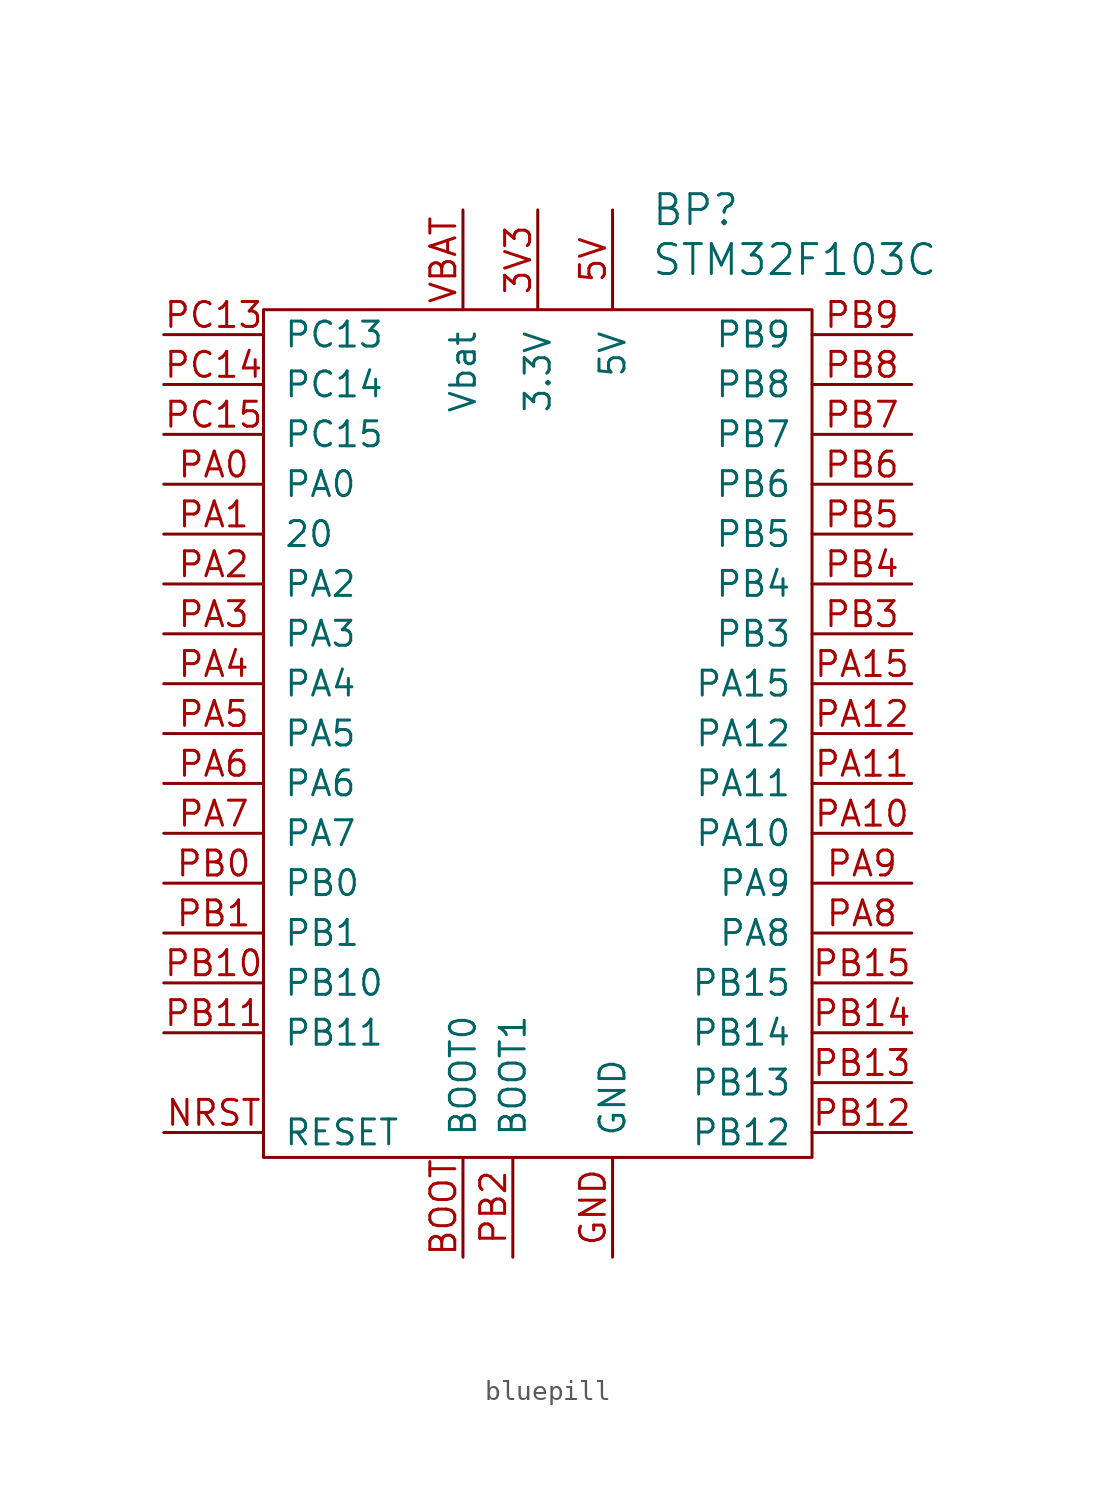
<source format=kicad_sym>
(kicad_symbol_lib
  (version 20220914)
  (generator kicad_symbol_editor)
  (symbol "bluepill"
    (pin_names
      (offset 1.016))
    (property "Reference" "BP"
      (at 5.766 26.67 0)
      (effects (font (size 1.524 1.524)) (justify left)))
    (property "Value" "STM32F103C"
      (at 5.766 24.13 0)
      (effects (font (size 1.524 1.524)) (justify left)))
    (symbol "bluepill_0_1"
      (rectangle (start -13.97 21.59) (end 13.97 -21.59) (stroke (width 0) (type solid)) (fill (type none))))
    (symbol "bluepill_1_1"
      (pin power_out line (at 0 26.67 270) (length 5.08) (name "3.3V" (effects (font (size 1.27 1.27)))) (number "3V3" (effects (font (size 1.27 1.27)))))
      (pin power_out line (at 3.81 26.67 270) (length 5.08) (name "5V" (effects (font (size 1.27 1.27)))) (number "5V" (effects (font (size 1.27 1.27)))))
      (pin input line (at -3.81 -26.67 90) (length 5.08) (name "BOOT0" (effects (font (size 1.27 1.27)))) (number "BOOT" (effects (font (size 1.27 1.27)))))
      (pin power_out line (at 3.81 -26.67 90) (length 5.08) (name "GND" (effects (font (size 1.27 1.27)))) (number "GND" (effects (font (size 1.27 1.27)))))
      (pin input line (at -19.05 -20.32 0) (length 5.08) (name "RESET" (effects (font (size 1.27 1.27)))) (number "NRST" (effects (font (size 1.27 1.27)))))
      (pin bidirectional line (at -19.05 12.7 0) (length 5.08) (name "PA0" (effects (font (size 1.27 1.27)))) (number "PA0" (effects (font (size 1.27 1.27)))))
      (pin bidirectional line (at -19.05 10.16 0) (length 5.08) (name "20" (effects (font (size 1.27 1.27)))) (number "PA1" (effects (font (size 1.27 1.27)))))
      (pin bidirectional line (at 19.05 -5.08 180) (length 5.08) (name "PA10" (effects (font (size 1.27 1.27)))) (number "PA10" (effects (font (size 1.27 1.27)))))
      (pin bidirectional line (at 19.05 -2.54 180) (length 5.08) (name "PA11" (effects (font (size 1.27 1.27)))) (number "PA11" (effects (font (size 1.27 1.27)))))
      (pin bidirectional line (at 19.05 0 180) (length 5.08) (name "PA12" (effects (font (size 1.27 1.27)))) (number "PA12" (effects (font (size 1.27 1.27)))))
      (pin bidirectional line (at 19.05 2.54 180) (length 5.08) (name "PA15" (effects (font (size 1.27 1.27)))) (number "PA15" (effects (font (size 1.27 1.27)))))
      (pin bidirectional line (at -19.05 7.62 0) (length 5.08) (name "PA2" (effects (font (size 1.27 1.27)))) (number "PA2" (effects (font (size 1.27 1.27)))))
      (pin bidirectional line (at -19.05 5.08 0) (length 5.08) (name "PA3" (effects (font (size 1.27 1.27)))) (number "PA3" (effects (font (size 1.27 1.27)))))
      (pin bidirectional line (at -19.05 2.54 0) (length 5.08) (name "PA4" (effects (font (size 1.27 1.27)))) (number "PA4" (effects (font (size 1.27 1.27)))))
      (pin bidirectional line (at -19.05 0 0) (length 5.08) (name "PA5" (effects (font (size 1.27 1.27)))) (number "PA5" (effects (font (size 1.27 1.27)))))
      (pin bidirectional line (at -19.05 -2.54 0) (length 5.08) (name "PA6" (effects (font (size 1.27 1.27)))) (number "PA6" (effects (font (size 1.27 1.27)))))
      (pin bidirectional line (at -19.05 -5.08 0) (length 5.08) (name "PA7" (effects (font (size 1.27 1.27)))) (number "PA7" (effects (font (size 1.27 1.27)))))
      (pin bidirectional line (at 19.05 -10.16 180) (length 5.08) (name "PA8" (effects (font (size 1.27 1.27)))) (number "PA8" (effects (font (size 1.27 1.27)))))
      (pin bidirectional line (at 19.05 -7.62 180) (length 5.08) (name "PA9" (effects (font (size 1.27 1.27)))) (number "PA9" (effects (font (size 1.27 1.27)))))
      (pin bidirectional line (at -19.05 -7.62 0) (length 5.08) (name "PB0" (effects (font (size 1.27 1.27)))) (number "PB0" (effects (font (size 1.27 1.27)))))
      (pin bidirectional line (at -19.05 -10.16 0) (length 5.08) (name "PB1" (effects (font (size 1.27 1.27)))) (number "PB1" (effects (font (size 1.27 1.27)))))
      (pin bidirectional line (at -19.05 -12.7 0) (length 5.08) (name "PB10" (effects (font (size 1.27 1.27)))) (number "PB10" (effects (font (size 1.27 1.27)))))
      (pin bidirectional line (at -19.05 -15.24 0) (length 5.08) (name "PB11" (effects (font (size 1.27 1.27)))) (number "PB11" (effects (font (size 1.27 1.27)))))
      (pin bidirectional line (at 19.05 -20.32 180) (length 5.08) (name "PB12" (effects (font (size 1.27 1.27)))) (number "PB12" (effects (font (size 1.27 1.27)))))
      (pin bidirectional line (at 19.05 -17.78 180) (length 5.08) (name "PB13" (effects (font (size 1.27 1.27)))) (number "PB13" (effects (font (size 1.27 1.27)))))
      (pin bidirectional line (at 19.05 -15.24 180) (length 5.08) (name "PB14" (effects (font (size 1.27 1.27)))) (number "PB14" (effects (font (size 1.27 1.27)))))
      (pin bidirectional line (at 19.05 -12.7 180) (length 5.08) (name "PB15" (effects (font (size 1.27 1.27)))) (number "PB15" (effects (font (size 1.27 1.27)))))
      (pin input line (at -1.27 -26.67 90) (length 5.08) (name "BOOT1" (effects (font (size 1.27 1.27)))) (number "PB2" (effects (font (size 1.27 1.27)))))
      (pin bidirectional line (at 19.05 5.08 180) (length 5.08) (name "PB3" (effects (font (size 1.27 1.27)))) (number "PB3" (effects (font (size 1.27 1.27)))))
      (pin bidirectional line (at 19.05 7.62 180) (length 5.08) (name "PB4" (effects (font (size 1.27 1.27)))) (number "PB4" (effects (font (size 1.27 1.27)))))
      (pin bidirectional line (at 19.05 10.16 180) (length 5.08) (name "PB5" (effects (font (size 1.27 1.27)))) (number "PB5" (effects (font (size 1.27 1.27)))))
      (pin bidirectional line (at 19.05 12.7 180) (length 5.08) (name "PB6" (effects (font (size 1.27 1.27)))) (number "PB6" (effects (font (size 1.27 1.27)))))
      (pin bidirectional line (at 19.05 15.24 180) (length 5.08) (name "PB7" (effects (font (size 1.27 1.27)))) (number "PB7" (effects (font (size 1.27 1.27)))))
      (pin bidirectional line (at 19.05 17.78 180) (length 5.08) (name "PB8" (effects (font (size 1.27 1.27)))) (number "PB8" (effects (font (size 1.27 1.27)))))
      (pin bidirectional line (at 19.05 20.32 180) (length 5.08) (name "PB9" (effects (font (size 1.27 1.27)))) (number "PB9" (effects (font (size 1.27 1.27)))))
      (pin bidirectional line (at -19.05 20.32 0) (length 5.08) (name "PC13" (effects (font (size 1.27 1.27)))) (number "PC13" (effects (font (size 1.27 1.27)))))
      (pin bidirectional line (at -19.05 17.78 0) (length 5.08) (name "PC14" (effects (font (size 1.27 1.27)))) (number "PC14" (effects (font (size 1.27 1.27)))))
      (pin bidirectional line (at -19.05 15.24 0) (length 5.08) (name "PC15" (effects (font (size 1.27 1.27)))) (number "PC15" (effects (font (size 1.27 1.27)))))
      (pin power_in line (at -3.81 26.67 270) (length 5.08) (name "Vbat" (effects (font (size 1.27 1.27)))) (number "VBAT" (effects (font (size 1.27 1.27))))))))
</source>
